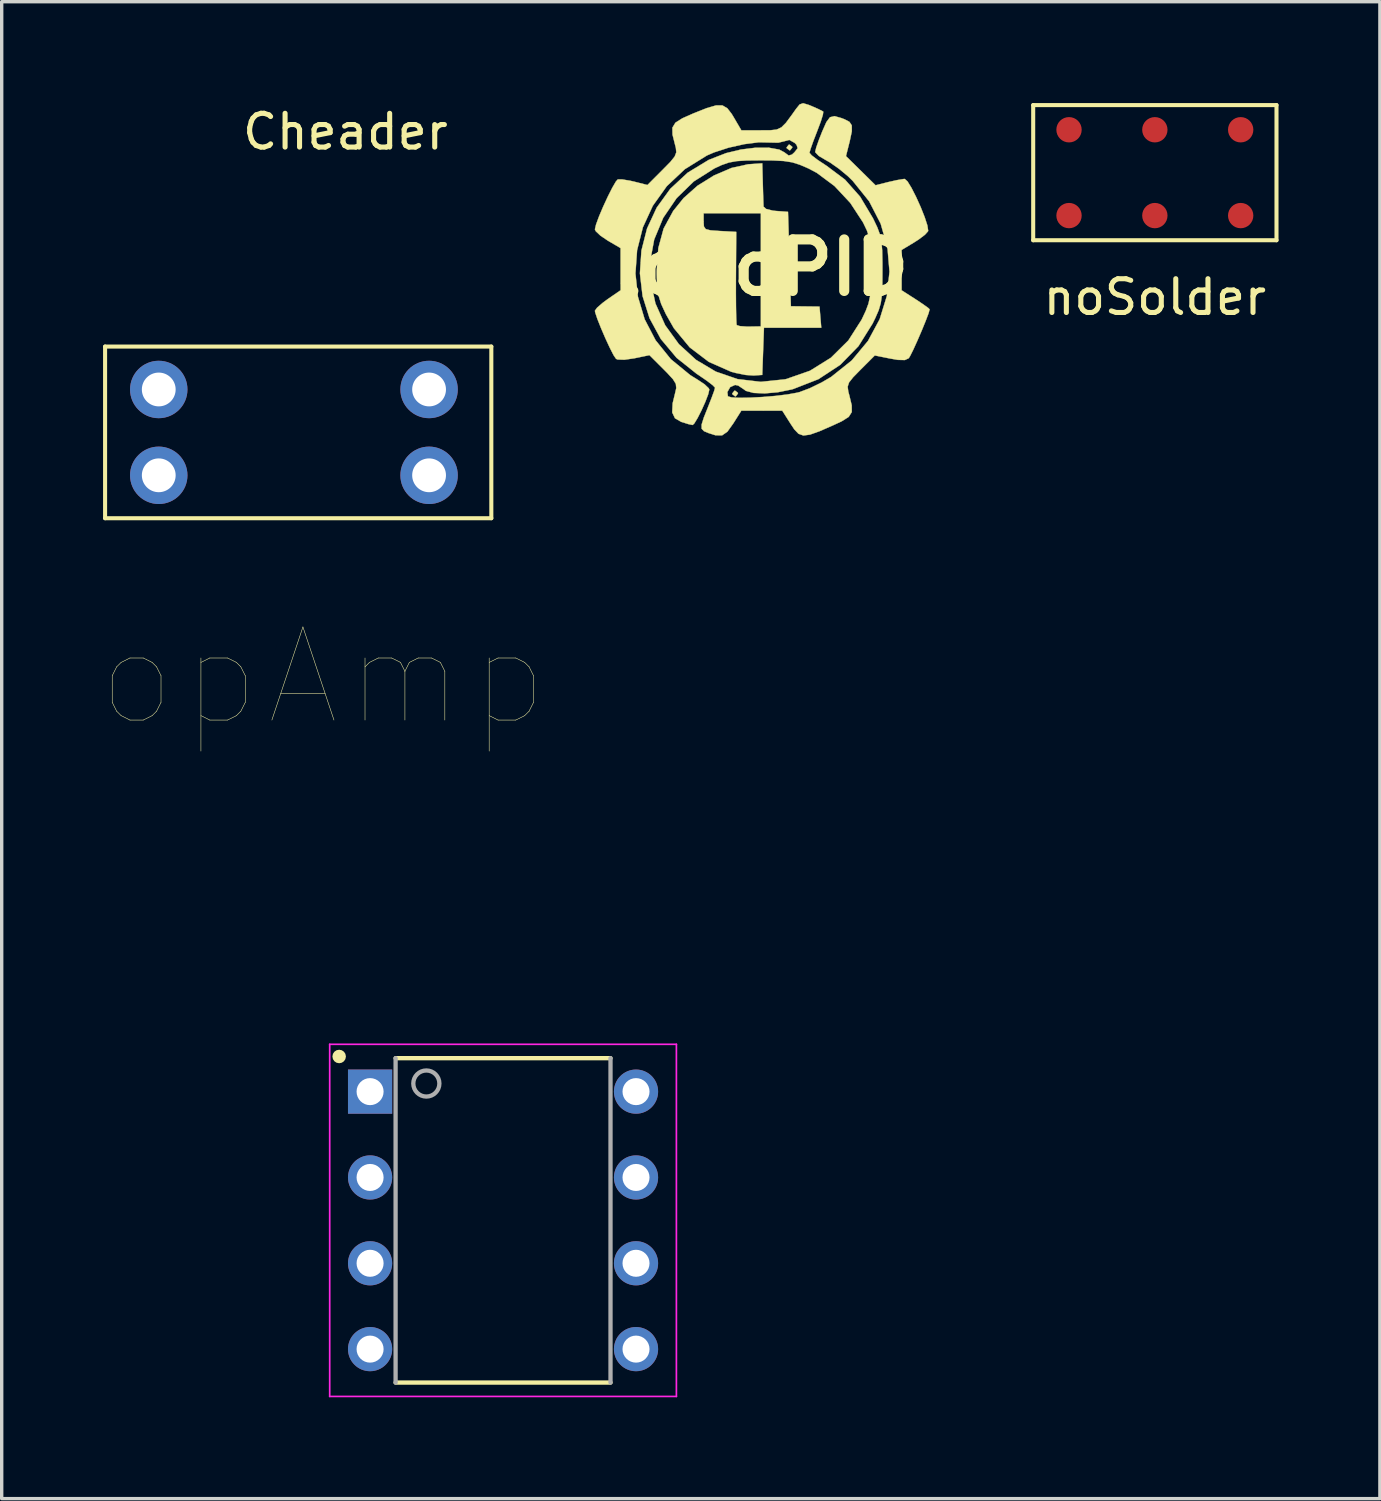
<source format=kicad_pcb>
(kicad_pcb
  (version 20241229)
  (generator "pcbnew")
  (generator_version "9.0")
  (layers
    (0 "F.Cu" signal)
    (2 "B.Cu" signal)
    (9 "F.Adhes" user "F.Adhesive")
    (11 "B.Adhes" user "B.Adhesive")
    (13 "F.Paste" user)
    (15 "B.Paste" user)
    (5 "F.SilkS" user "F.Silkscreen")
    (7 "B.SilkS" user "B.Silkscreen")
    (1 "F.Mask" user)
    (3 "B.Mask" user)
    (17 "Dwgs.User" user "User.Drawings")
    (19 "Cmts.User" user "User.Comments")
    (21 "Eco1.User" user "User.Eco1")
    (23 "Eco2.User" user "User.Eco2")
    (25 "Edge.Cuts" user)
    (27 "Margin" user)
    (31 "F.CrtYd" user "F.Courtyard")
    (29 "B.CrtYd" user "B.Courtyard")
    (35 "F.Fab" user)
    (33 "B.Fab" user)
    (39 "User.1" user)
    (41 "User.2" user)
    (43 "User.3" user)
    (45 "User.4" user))
  (footprint "noSolder"
    (layer "F.Cu")
    (at 31.126 2.06)
    (property "Reference" "noSolder" (at 0 3.683 0) (layer "F.SilkS") (effects (font (size 1 1) (thickness 0.15))))
    (attr through_hole)
    (fp_line (start -3.6 -2) (end 3.6 -2) (stroke (width 0.12) (type solid)) (layer "F.SilkS"))
    (fp_line (start -3.6 2) (end -3.6 -2) (stroke (width 0.12) (type solid)) (layer "F.SilkS"))
    (fp_line (start 3.6 -2) (end 3.6 2) (stroke (width 0.12) (type solid)) (layer "F.SilkS"))
    (fp_line (start 3.6 2) (end -3.6 2) (stroke (width 0.12) (type solid)) (layer "F.SilkS"))
    (pad "1" smd circle (at -2.54 1.27) (size 0.75 0.75) (layers "F.Cu" "F.Mask"))
    (pad "2" smd circle (at -2.54 -1.27) (size 0.75 0.75) (layers "F.Cu" "F.Mask"))
    (pad "3" smd circle (at 0 1.27) (size 0.75 0.75) (layers "F.Cu" "F.Mask"))
    (pad "4" smd circle (at 0 -1.27) (size 0.75 0.75) (layers "F.Cu" "F.Mask"))
    (pad "5" smd circle (at 2.54 1.27) (size 0.75 0.75) (layers "F.Cu" "F.Mask"))
    (pad "6" smd circle (at 2.54 -1.27) (size 0.75 0.75) (layers "F.Cu" "F.Mask")))
  (footprint "opAmp"
    (layer "F.Cu")
    (at 11.837 33.065)
    (property "Reference" "opAmp" (at -5.332 -16.08 0) (layer "F.SilkS") (effects (font (size 2.756 2.756) (thickness 0.015))))
    (attr through_hole)
    (fp_line (start -3.18 -4.8) (end 3.18 -4.8) (stroke (width 0.127) (type solid)) (layer "F.SilkS"))
    (fp_line (start 3.18 4.8) (end -3.18 4.8) (stroke (width 0.127) (type solid)) (layer "F.SilkS"))
    (fp_circle (center -4.85 -4.85) (end -4.75 -4.85) (stroke (width 0.2) (type solid)) (fill no) (layer "F.SilkS"))
    (fp_line (start -5.13 -5.21) (end -5.13 5.21) (stroke (width 0.05) (type solid)) (layer "F.CrtYd"))
    (fp_line (start -5.13 5.21) (end 5.13 5.21) (stroke (width 0.05) (type solid)) (layer "F.CrtYd"))
    (fp_line (start 5.13 -5.21) (end -5.13 -5.21) (stroke (width 0.05) (type solid)) (layer "F.CrtYd"))
    (fp_line (start 5.13 5.21) (end 5.13 -5.21) (stroke (width 0.05) (type solid)) (layer "F.CrtYd"))
    (fp_line (start -3.18 4.8) (end -3.18 -4.8) (stroke (width 0.127) (type solid)) (layer "F.Fab"))
    (fp_line (start 3.18 -4.8) (end 3.18 4.8) (stroke (width 0.127) (type solid)) (layer "F.Fab"))
    (fp_circle (center -2.27 -4.05) (end -1.884 -4.05) (stroke (width 0.127) (type solid)) (fill no) (layer "F.Fab"))
    (pad "1" thru_hole rect (at -3.935 -3.81) (size 1.308 1.308) (drill 0.8) (layers "*.Cu" "*.Mask"))
    (pad "2" thru_hole circle (at -3.935 -1.27) (size 1.308 1.308) (drill 0.8) (layers "*.Cu" "*.Mask"))
    (pad "3" thru_hole circle (at -3.935 1.27) (size 1.308 1.308) (drill 0.8) (layers "*.Cu" "*.Mask"))
    (pad "4" thru_hole circle (at -3.935 3.81) (size 1.308 1.308) (drill 0.8) (layers "*.Cu" "*.Mask"))
    (pad "5" thru_hole circle (at 3.935 3.81) (size 1.308 1.308) (drill 0.8) (layers "*.Cu" "*.Mask"))
    (pad "6" thru_hole circle (at 3.935 1.27) (size 1.308 1.308) (drill 0.8) (layers "*.Cu" "*.Mask"))
    (pad "7" thru_hole circle (at 3.935 -1.27) (size 1.308 1.308) (drill 0.8) (layers "*.Cu" "*.Mask"))
    (pad "8" thru_hole circle (at 3.935 -3.81) (size 1.308 1.308) (drill 0.8) (layers "*.Cu" "*.Mask")))
  (footprint "logoPID"
    (layer "F.Cu")
    (at 19.466 4.87)
    (property "Reference" "logoPID" (at 0 0 0) (layer "F.SilkS") (effects (font (size 1.524 1.524) (thickness 0.3))))
    (attr through_hole)
    (fp_poly (pts (xy -0.68 3.705) (xy -0.677 3.725) (xy -0.742 3.808) (xy -0.762 3.81) (xy -0.844 3.746) (xy -0.847 3.725) (xy -0.782 3.643) (xy -0.762 3.641) (xy -0.68 3.705)) (stroke (width 0.01) (type solid)) (fill yes) (layer "F.SilkS"))
    (fp_poly (pts (xy 0.929 -3.576) (xy 0.931 -3.556) (xy 0.867 -3.474) (xy 0.847 -3.471) (xy 0.764 -3.536) (xy 0.762 -3.556) (xy 0.826 -3.638) (xy 0.847 -3.641) (xy 0.929 -3.576)) (stroke (width 0.01) (type solid)) (fill yes) (layer "F.SilkS"))
    (fp_poly (pts (xy 0.058 -2.496) (xy 0.067 -2.185) (xy 0.075 -1.937) (xy 0.08 -1.805) (xy 0.08 -1.804) (xy 0.159 -1.735) (xy 0.358 -1.686) (xy 0.445 -1.677) (xy 0.804 -1.651) (xy 0.847 -0.254) (xy 0.889 1.143) (xy 1.312 1.148) (xy 1.736 1.153) (xy 1.762 1.466) (xy 1.788 1.778) (xy 0.092 1.778) (xy 0.042 3.175) (xy -0.212 3.192) (xy -0.446 3.177) (xy -0.744 3.118) (xy -0.879 3.081) (xy -1.54 2.789) (xy -2.106 2.359) (xy -2.573 1.793) (xy -2.812 1.373) (xy -2.949 1.076) (xy -3.029 0.825) (xy -3.069 0.554) (xy -3.082 0.196) (xy -3.082 0.097) (xy -3.034 -0.579) (xy -2.877 -1.156) (xy -2.63 -1.609) (xy -1.693 -1.609) (xy -1.693 -1.359) (xy -1.685 -1.218) (xy -1.631 -1.14) (xy -1.492 -1.104) (xy -1.227 -1.085) (xy -1.211 -1.084) (xy -0.728 -1.058) (xy -0.737 0.296) (xy -0.738 0.758) (xy -0.735 1.159) (xy -0.729 1.469) (xy -0.721 1.658) (xy -0.714 1.701) (xy -0.619 1.731) (xy -0.417 1.745) (xy -0.342 1.745) (xy 0 1.739) (xy 0 -1.609) (xy -1.693 -1.609) (xy -2.63 -1.609) (xy -2.594 -1.676) (xy -2.285 -2.059) (xy -1.877 -2.422) (xy -1.386 -2.728) (xy -0.868 -2.95) (xy -0.379 -3.058) (xy -0.339 -3.061) (xy 0.042 -3.087) (xy 0.058 -2.496)) (stroke (width 0.01) (type solid)) (fill yes) (layer "F.SilkS"))
    (fp_poly (pts (xy 1.416 -4.816) (xy 1.502 -4.781) (xy 1.708 -4.69) (xy 1.835 -4.625) (xy 1.848 -4.615) (xy 1.836 -4.525) (xy 1.773 -4.321) (xy 1.67 -4.047) (xy 1.661 -4.024) (xy 1.551 -3.739) (xy 1.472 -3.516) (xy 1.439 -3.4) (xy 1.439 -3.398) (xy 1.506 -3.321) (xy 1.682 -3.187) (xy 1.929 -3.024) (xy 1.943 -3.015) (xy 2.491 -2.604) (xy 2.939 -2.098) (xy 3.317 -1.463) (xy 3.328 -1.441) (xy 3.446 -1.193) (xy 3.523 -0.986) (xy 3.569 -0.773) (xy 3.591 -0.508) (xy 3.598 -0.144) (xy 3.598 0.085) (xy 3.596 0.513) (xy 3.582 0.819) (xy 3.549 1.051) (xy 3.488 1.258) (xy 3.389 1.486) (xy 3.308 1.653) (xy 2.888 2.325) (xy 2.351 2.876) (xy 1.704 3.301) (xy 0.956 3.593) (xy 0.903 3.607) (xy 0.502 3.688) (xy 0.115 3.722) (xy -0.214 3.708) (xy -0.443 3.647) (xy -0.508 3.598) (xy -0.67 3.49) (xy -0.763 3.471) (xy -0.909 3.537) (xy -0.991 3.682) (xy -0.975 3.808) (xy -0.871 3.84) (xy -0.639 3.853) (xy -0.317 3.848) (xy 0.054 3.828) (xy 0.435 3.796) (xy 0.787 3.753) (xy 1.071 3.702) (xy 1.147 3.683) (xy 1.449 3.569) (xy 1.802 3.397) (xy 2.081 3.234) (xy 2.691 2.746) (xy 3.17 2.17) (xy 3.517 1.526) (xy 3.73 0.836) (xy 3.807 0.121) (xy 3.746 -0.598) (xy 3.546 -1.3) (xy 3.205 -1.963) (xy 2.72 -2.566) (xy 2.579 -2.704) (xy 2.317 -2.922) (xy 2.048 -3.111) (xy 1.906 -3.192) (xy 1.715 -3.305) (xy 1.614 -3.41) (xy 1.609 -3.43) (xy 1.639 -3.555) (xy 1.719 -3.782) (xy 1.816 -4.028) (xy 1.94 -4.308) (xy 2.047 -4.451) (xy 2.181 -4.483) (xy 2.383 -4.426) (xy 2.477 -4.39) (xy 2.622 -4.314) (xy 2.691 -4.209) (xy 2.692 -4.033) (xy 2.631 -3.744) (xy 2.614 -3.677) (xy 2.519 -3.3) (xy 2.957 -2.869) (xy 3.395 -2.437) (xy 3.767 -2.531) (xy 4.02 -2.588) (xy 4.215 -2.621) (xy 4.258 -2.625) (xy 4.34 -2.552) (xy 4.458 -2.36) (xy 4.594 -2.093) (xy 4.731 -1.79) (xy 4.848 -1.495) (xy 4.928 -1.249) (xy 4.952 -1.093) (xy 4.948 -1.076) (xy 4.857 -0.974) (xy 4.668 -0.831) (xy 4.537 -0.747) (xy 4.166 -0.523) (xy 4.166 0.671) (xy 4.581 0.937) (xy 4.803 1.085) (xy 4.954 1.194) (xy 4.995 1.234) (xy 4.963 1.352) (xy 4.878 1.577) (xy 4.761 1.863) (xy 4.632 2.162) (xy 4.51 2.43) (xy 4.415 2.62) (xy 4.376 2.682) (xy 4.261 2.735) (xy 4.056 2.73) (xy 3.824 2.69) (xy 3.372 2.599) (xy 2.948 3.023) (xy 2.729 3.247) (xy 2.609 3.399) (xy 2.569 3.524) (xy 2.588 3.67) (xy 2.617 3.776) (xy 2.689 4.074) (xy 2.691 4.273) (xy 2.6 4.417) (xy 2.392 4.548) (xy 2.138 4.666) (xy 1.736 4.842) (xy 1.454 4.942) (xy 1.258 4.968) (xy 1.114 4.916) (xy 0.99 4.786) (xy 0.881 4.622) (xy 0.635 4.234) (xy 0.029 4.233) (xy -0.577 4.233) (xy -0.818 4.614) (xy -0.991 4.856) (xy -1.148 4.964) (xy -1.342 4.961) (xy -1.545 4.897) (xy -1.683 4.839) (xy -1.752 4.767) (xy -1.753 4.646) (xy -1.688 4.438) (xy -1.566 4.132) (xy -1.459 3.859) (xy -1.382 3.65) (xy -1.355 3.553) (xy -1.421 3.483) (xy -1.595 3.349) (xy -1.843 3.179) (xy -1.893 3.147) (xy -2.493 2.669) (xy -2.96 2.112) (xy -3.294 1.497) (xy -3.5 0.843) (xy -3.579 0.169) (xy -3.557 -0.159) (xy -3.281 -0.159) (xy -3.273 0.34) (xy -3.12 1.058) (xy -2.831 1.705) (xy -2.424 2.266) (xy -1.919 2.728) (xy -1.334 3.077) (xy -0.689 3.299) (xy -0.001 3.38) (xy 0.71 3.306) (xy 0.752 3.297) (xy 1.454 3.052) (xy 2.073 2.667) (xy 2.589 2.156) (xy 2.982 1.541) (xy 3.105 1.28) (xy 3.185 1.065) (xy 3.232 0.847) (xy 3.253 0.576) (xy 3.259 0.202) (xy 3.259 0.044) (xy 3.256 -0.379) (xy 3.24 -0.679) (xy 3.204 -0.903) (xy 3.14 -1.096) (xy 3.039 -1.307) (xy 3.018 -1.348) (xy 2.646 -1.916) (xy 2.179 -2.415) (xy 1.657 -2.804) (xy 1.416 -2.932) (xy 1.156 -3.044) (xy 0.928 -3.116) (xy 0.681 -3.155) (xy 0.361 -3.172) (xy 0 -3.175) (xy -0.418 -3.171) (xy -0.717 -3.152) (xy -0.948 -3.11) (xy -1.162 -3.035) (xy -1.377 -2.935) (xy -1.984 -2.551) (xy -2.493 -2.056) (xy -2.889 -1.475) (xy -3.156 -0.834) (xy -3.281 -0.159) (xy -3.557 -0.159) (xy -3.534 -0.505) (xy -3.367 -1.16) (xy -3.082 -1.775) (xy -2.681 -2.331) (xy -2.167 -2.809) (xy -1.541 -3.189) (xy -1.028 -3.389) (xy -0.588 -3.495) (xy -0.152 -3.549) (xy 0.24 -3.548) (xy 0.545 -3.493) (xy 0.694 -3.413) (xy 0.823 -3.318) (xy 0.92 -3.345) (xy 0.994 -3.413) (xy 1.09 -3.534) (xy 1.057 -3.633) (xy 1.002 -3.691) (xy 0.843 -3.78) (xy 0.708 -3.744) (xy 0.514 -3.697) (xy 0.278 -3.702) (xy -0.061 -3.709) (xy -0.491 -3.654) (xy -0.954 -3.55) (xy -1.388 -3.409) (xy -1.596 -3.319) (xy -2.249 -2.914) (xy -2.783 -2.411) (xy -3.197 -1.831) (xy -3.491 -1.193) (xy -3.662 -0.518) (xy -3.711 0.174) (xy -3.637 0.863) (xy -3.438 1.529) (xy -3.114 2.151) (xy -2.664 2.709) (xy -2.088 3.182) (xy -1.87 3.317) (xy -1.666 3.452) (xy -1.542 3.57) (xy -1.525 3.609) (xy -1.558 3.749) (xy -1.642 3.969) (xy -1.754 4.219) (xy -1.871 4.449) (xy -1.969 4.611) (xy -2.018 4.657) (xy -2.143 4.631) (xy -2.344 4.568) (xy -2.358 4.564) (xy -2.541 4.458) (xy -2.623 4.285) (xy -2.61 4.015) (xy -2.54 3.726) (xy -2.503 3.564) (xy -2.516 3.438) (xy -2.601 3.301) (xy -2.778 3.109) (xy -2.876 3.01) (xy -3.296 2.59) (xy -3.744 2.683) (xy -4.04 2.726) (xy -4.24 2.719) (xy -4.285 2.699) (xy -4.358 2.591) (xy -4.47 2.372) (xy -4.601 2.09) (xy -4.73 1.79) (xy -4.837 1.521) (xy -4.901 1.329) (xy -4.911 1.276) (xy -4.846 1.186) (xy -4.68 1.042) (xy -4.53 0.931) (xy -4.149 0.669) (xy -4.149 -0.577) (xy -4.53 -0.8) (xy -4.746 -0.946) (xy -4.884 -1.076) (xy -4.911 -1.132) (xy -4.877 -1.276) (xy -4.789 -1.515) (xy -4.666 -1.805) (xy -4.528 -2.103) (xy -4.396 -2.365) (xy -4.289 -2.549) (xy -4.234 -2.61) (xy -4.1 -2.61) (xy -3.871 -2.572) (xy -3.747 -2.544) (xy -3.356 -2.445) (xy -2.906 -2.896) (xy -2.677 -3.129) (xy -2.55 -3.288) (xy -2.502 -3.412) (xy -2.515 -3.545) (xy -2.54 -3.641) (xy -2.614 -3.937) (xy -2.618 -4.141) (xy -2.528 -4.289) (xy -2.323 -4.419) (xy -1.996 -4.564) (xy -1.603 -4.72) (xy -1.328 -4.8) (xy -1.136 -4.8) (xy -0.993 -4.717) (xy -0.862 -4.548) (xy -0.8 -4.445) (xy -0.577 -4.064) (xy 0.002 -4.064) (xy 0.279 -4.065) (xy 0.467 -4.086) (xy 0.608 -4.151) (xy 0.743 -4.286) (xy 0.915 -4.518) (xy 1.041 -4.696) (xy 1.148 -4.829) (xy 1.251 -4.865) (xy 1.416 -4.816)) (stroke (width 0.01) (type solid)) (fill yes) (layer "F.SilkS")))
  (footprint "Cheader"
    (layer "F.Cu")
    (at 5.648 8.476)
    (property "Reference" "Cheader" (at 1.524 -7.628 0) (layer "F.SilkS") (effects (font (size 1 1) (thickness 0.15))))
    (attr through_hole)
    (fp_line (start -5.588 -1.27) (end -5.588 3.81) (stroke (width 0.12) (type solid)) (layer "F.SilkS"))
    (fp_line (start -5.588 3.81) (end 5.842 3.81) (stroke (width 0.12) (type solid)) (layer "F.SilkS"))
    (fp_line (start 5.842 -1.27) (end -5.588 -1.27) (stroke (width 0.12) (type solid)) (layer "F.SilkS"))
    (fp_line (start 5.842 3.81) (end 5.842 -1.27) (stroke (width 0.12) (type solid)) (layer "F.SilkS"))
    (pad "1" thru_hole circle (at -4 0) (size 1.7 1.7) (drill 1) (layers "*.Cu" "B.Mask"))
    (pad "1" thru_hole circle (at -4 2.54) (size 1.7 1.7) (drill 1) (layers "*.Cu" "B.Mask"))
    (pad "2" thru_hole circle (at 4 0) (size 1.7 1.7) (drill 1) (layers "*.Cu" "B.Mask"))
    (pad "2" thru_hole circle (at 4 2.54) (size 1.7 1.7) (drill 1) (layers "*.Cu" "B.Mask")))
  (gr_rect
    (start -3 -3)
    (end 37.786 41.3)
    (stroke (width 0.1) (type default))
    (fill no)
    (layer "Edge.Cuts")))
</source>
